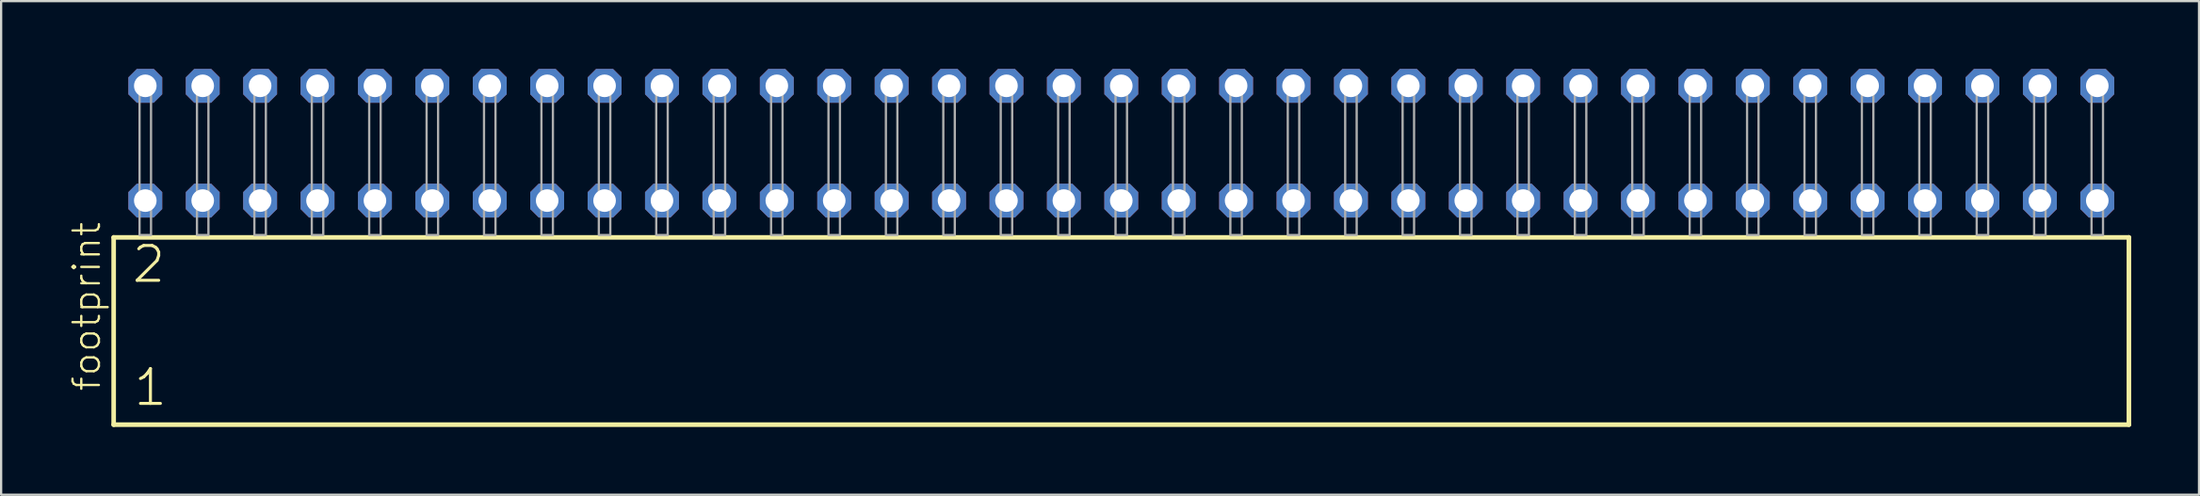
<source format=kicad_pcb>
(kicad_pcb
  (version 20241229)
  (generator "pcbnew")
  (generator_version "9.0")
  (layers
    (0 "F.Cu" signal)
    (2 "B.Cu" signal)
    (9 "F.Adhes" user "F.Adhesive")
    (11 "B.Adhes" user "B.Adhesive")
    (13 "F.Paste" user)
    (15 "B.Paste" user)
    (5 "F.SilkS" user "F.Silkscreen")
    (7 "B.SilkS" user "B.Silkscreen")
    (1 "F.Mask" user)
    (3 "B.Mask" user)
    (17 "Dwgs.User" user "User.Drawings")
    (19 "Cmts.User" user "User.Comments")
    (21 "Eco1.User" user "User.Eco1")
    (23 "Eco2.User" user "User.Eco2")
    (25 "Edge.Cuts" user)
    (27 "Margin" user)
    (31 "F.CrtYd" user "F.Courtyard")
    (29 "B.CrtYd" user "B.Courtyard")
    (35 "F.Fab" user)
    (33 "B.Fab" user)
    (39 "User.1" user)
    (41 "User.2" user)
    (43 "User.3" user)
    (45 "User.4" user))
  (footprint "footprint"
    (layer "F.Cu")
    (at 46.558 7.354)
    (property "Reference" "footprint" (at -45.085 6.985 90) (layer "F.SilkS") (effects (font (size 1.168 1.168) (thickness 0.102)) (justify left bottom)))
    (fp_line (start -44.579 0.106) (end -44.579 8.396) (stroke (width 0.203) (type solid)) (layer "F.SilkS"))
    (fp_line (start -44.579 8.396) (end 44.579 8.396) (stroke (width 0.203) (type solid)) (layer "F.SilkS"))
    (fp_line (start 44.579 0.106) (end -44.579 0.106) (stroke (width 0.203) (type solid)) (layer "F.SilkS"))
    (fp_line (start 44.579 8.396) (end 44.579 0.106) (stroke (width 0.203) (type solid)) (layer "F.SilkS"))
    (fp_poly (pts (xy -43.434 0) (xy -42.926 0) (xy -42.926 -6.858) (xy -43.434 -6.858)) (stroke (width 0.1) (type solid)) (fill no) (layer "F.Fab"))
    (fp_poly (pts (xy -40.894 0) (xy -40.386 0) (xy -40.386 -6.858) (xy -40.894 -6.858)) (stroke (width 0.1) (type solid)) (fill no) (layer "F.Fab"))
    (fp_poly (pts (xy -38.354 0) (xy -37.846 0) (xy -37.846 -6.858) (xy -38.354 -6.858)) (stroke (width 0.1) (type solid)) (fill no) (layer "F.Fab"))
    (fp_poly (pts (xy -35.814 0) (xy -35.306 0) (xy -35.306 -6.858) (xy -35.814 -6.858)) (stroke (width 0.1) (type solid)) (fill no) (layer "F.Fab"))
    (fp_poly (pts (xy -33.274 0) (xy -32.766 0) (xy -32.766 -6.858) (xy -33.274 -6.858)) (stroke (width 0.1) (type solid)) (fill no) (layer "F.Fab"))
    (fp_poly (pts (xy -30.734 0) (xy -30.226 0) (xy -30.226 -6.858) (xy -30.734 -6.858)) (stroke (width 0.1) (type solid)) (fill no) (layer "F.Fab"))
    (fp_poly (pts (xy -28.194 0) (xy -27.686 0) (xy -27.686 -6.858) (xy -28.194 -6.858)) (stroke (width 0.1) (type solid)) (fill no) (layer "F.Fab"))
    (fp_poly (pts (xy -25.654 0) (xy -25.146 0) (xy -25.146 -6.858) (xy -25.654 -6.858)) (stroke (width 0.1) (type solid)) (fill no) (layer "F.Fab"))
    (fp_poly (pts (xy -23.114 0) (xy -22.606 0) (xy -22.606 -6.858) (xy -23.114 -6.858)) (stroke (width 0.1) (type solid)) (fill no) (layer "F.Fab"))
    (fp_poly (pts (xy -20.574 0) (xy -20.066 0) (xy -20.066 -6.858) (xy -20.574 -6.858)) (stroke (width 0.1) (type solid)) (fill no) (layer "F.Fab"))
    (fp_poly (pts (xy -18.034 0) (xy -17.526 0) (xy -17.526 -6.858) (xy -18.034 -6.858)) (stroke (width 0.1) (type solid)) (fill no) (layer "F.Fab"))
    (fp_poly (pts (xy -15.494 0) (xy -14.986 0) (xy -14.986 -6.858) (xy -15.494 -6.858)) (stroke (width 0.1) (type solid)) (fill no) (layer "F.Fab"))
    (fp_poly (pts (xy -12.954 0) (xy -12.446 0) (xy -12.446 -6.858) (xy -12.954 -6.858)) (stroke (width 0.1) (type solid)) (fill no) (layer "F.Fab"))
    (fp_poly (pts (xy -10.414 0) (xy -9.906 0) (xy -9.906 -6.858) (xy -10.414 -6.858)) (stroke (width 0.1) (type solid)) (fill no) (layer "F.Fab"))
    (fp_poly (pts (xy -7.874 0) (xy -7.366 0) (xy -7.366 -6.858) (xy -7.874 -6.858)) (stroke (width 0.1) (type solid)) (fill no) (layer "F.Fab"))
    (fp_poly (pts (xy -5.334 0) (xy -4.826 0) (xy -4.826 -6.858) (xy -5.334 -6.858)) (stroke (width 0.1) (type solid)) (fill no) (layer "F.Fab"))
    (fp_poly (pts (xy -2.794 0) (xy -2.286 0) (xy -2.286 -6.858) (xy -2.794 -6.858)) (stroke (width 0.1) (type solid)) (fill no) (layer "F.Fab"))
    (fp_poly (pts (xy -0.254 0) (xy 0.254 0) (xy 0.254 -6.858) (xy -0.254 -6.858)) (stroke (width 0.1) (type solid)) (fill no) (layer "F.Fab"))
    (fp_poly (pts (xy 2.286 0) (xy 2.794 0) (xy 2.794 -6.858) (xy 2.286 -6.858)) (stroke (width 0.1) (type solid)) (fill no) (layer "F.Fab"))
    (fp_poly (pts (xy 4.826 0) (xy 5.334 0) (xy 5.334 -6.858) (xy 4.826 -6.858)) (stroke (width 0.1) (type solid)) (fill no) (layer "F.Fab"))
    (fp_poly (pts (xy 7.366 0) (xy 7.874 0) (xy 7.874 -6.858) (xy 7.366 -6.858)) (stroke (width 0.1) (type solid)) (fill no) (layer "F.Fab"))
    (fp_poly (pts (xy 9.906 0) (xy 10.414 0) (xy 10.414 -6.858) (xy 9.906 -6.858)) (stroke (width 0.1) (type solid)) (fill no) (layer "F.Fab"))
    (fp_poly (pts (xy 12.446 0) (xy 12.954 0) (xy 12.954 -6.858) (xy 12.446 -6.858)) (stroke (width 0.1) (type solid)) (fill no) (layer "F.Fab"))
    (fp_poly (pts (xy 14.986 0) (xy 15.494 0) (xy 15.494 -6.858) (xy 14.986 -6.858)) (stroke (width 0.1) (type solid)) (fill no) (layer "F.Fab"))
    (fp_poly (pts (xy 17.526 0) (xy 18.034 0) (xy 18.034 -6.858) (xy 17.526 -6.858)) (stroke (width 0.1) (type solid)) (fill no) (layer "F.Fab"))
    (fp_poly (pts (xy 20.066 0) (xy 20.574 0) (xy 20.574 -6.858) (xy 20.066 -6.858)) (stroke (width 0.1) (type solid)) (fill no) (layer "F.Fab"))
    (fp_poly (pts (xy 22.606 0) (xy 23.114 0) (xy 23.114 -6.858) (xy 22.606 -6.858)) (stroke (width 0.1) (type solid)) (fill no) (layer "F.Fab"))
    (fp_poly (pts (xy 25.146 0) (xy 25.654 0) (xy 25.654 -6.858) (xy 25.146 -6.858)) (stroke (width 0.1) (type solid)) (fill no) (layer "F.Fab"))
    (fp_poly (pts (xy 27.686 0) (xy 28.194 0) (xy 28.194 -6.858) (xy 27.686 -6.858)) (stroke (width 0.1) (type solid)) (fill no) (layer "F.Fab"))
    (fp_poly (pts (xy 30.226 0) (xy 30.734 0) (xy 30.734 -6.858) (xy 30.226 -6.858)) (stroke (width 0.1) (type solid)) (fill no) (layer "F.Fab"))
    (fp_poly (pts (xy 32.766 0) (xy 33.274 0) (xy 33.274 -6.858) (xy 32.766 -6.858)) (stroke (width 0.1) (type solid)) (fill no) (layer "F.Fab"))
    (fp_poly (pts (xy 35.306 0) (xy 35.814 0) (xy 35.814 -6.858) (xy 35.306 -6.858)) (stroke (width 0.1) (type solid)) (fill no) (layer "F.Fab"))
    (fp_poly (pts (xy 37.846 0) (xy 38.354 0) (xy 38.354 -6.858) (xy 37.846 -6.858)) (stroke (width 0.1) (type solid)) (fill no) (layer "F.Fab"))
    (fp_poly (pts (xy 40.386 0) (xy 40.894 0) (xy 40.894 -6.858) (xy 40.386 -6.858)) (stroke (width 0.1) (type solid)) (fill no) (layer "F.Fab"))
    (fp_poly (pts (xy 42.926 0) (xy 43.434 0) (xy 43.434 -6.858) (xy 42.926 -6.858)) (stroke (width 0.1) (type solid)) (fill no) (layer "F.Fab"))
    (fp_text user "1" (at -43.775 7.65 0) (layer "F.SilkS") (effects (font (size 1.542 1.542) (thickness 0.134)) (justify left bottom)))
    (fp_text user "2" (at -43.85 2.2 0) (layer "F.SilkS") (effects (font (size 1.542 1.542) (thickness 0.134)) (justify left bottom)))
    (pad "1" thru_hole roundrect (at -43.18 -1.524) (size 1.5 1.5) (drill 1) (layers "*.Cu" "*.Mask") (roundrect_rratio 0.25) (chamfer_ratio 0.25) (chamfer top_left top_right bottom_left bottom_right))
    (pad "2" thru_hole roundrect (at -43.18 -6.604) (size 1.5 1.5) (drill 1) (layers "*.Cu" "*.Mask") (roundrect_rratio 0.25) (chamfer_ratio 0.25) (chamfer top_left top_right bottom_left bottom_right))
    (pad "3" thru_hole roundrect (at -40.64 -1.524) (size 1.5 1.5) (drill 1) (layers "*.Cu" "*.Mask") (roundrect_rratio 0.25) (chamfer_ratio 0.25) (chamfer top_left top_right bottom_left bottom_right))
    (pad "4" thru_hole roundrect (at -40.64 -6.604) (size 1.5 1.5) (drill 1) (layers "*.Cu" "*.Mask") (roundrect_rratio 0.25) (chamfer_ratio 0.25) (chamfer top_left top_right bottom_left bottom_right))
    (pad "5" thru_hole roundrect (at -38.1 -1.524) (size 1.5 1.5) (drill 1) (layers "*.Cu" "*.Mask") (roundrect_rratio 0.25) (chamfer_ratio 0.25) (chamfer top_left top_right bottom_left bottom_right))
    (pad "6" thru_hole roundrect (at -38.1 -6.604) (size 1.5 1.5) (drill 1) (layers "*.Cu" "*.Mask") (roundrect_rratio 0.25) (chamfer_ratio 0.25) (chamfer top_left top_right bottom_left bottom_right))
    (pad "7" thru_hole roundrect (at -35.56 -1.524) (size 1.5 1.5) (drill 1) (layers "*.Cu" "*.Mask") (roundrect_rratio 0.25) (chamfer_ratio 0.25) (chamfer top_left top_right bottom_left bottom_right))
    (pad "8" thru_hole roundrect (at -35.56 -6.604) (size 1.5 1.5) (drill 1) (layers "*.Cu" "*.Mask") (roundrect_rratio 0.25) (chamfer_ratio 0.25) (chamfer top_left top_right bottom_left bottom_right))
    (pad "9" thru_hole roundrect (at -33.02 -1.524) (size 1.5 1.5) (drill 1) (layers "*.Cu" "*.Mask") (roundrect_rratio 0.25) (chamfer_ratio 0.25) (chamfer top_left top_right bottom_left bottom_right))
    (pad "10" thru_hole roundrect (at -33.02 -6.604) (size 1.5 1.5) (drill 1) (layers "*.Cu" "*.Mask") (roundrect_rratio 0.25) (chamfer_ratio 0.25) (chamfer top_left top_right bottom_left bottom_right))
    (pad "11" thru_hole roundrect (at -30.48 -1.524) (size 1.5 1.5) (drill 1) (layers "*.Cu" "*.Mask") (roundrect_rratio 0.25) (chamfer_ratio 0.25) (chamfer top_left top_right bottom_left bottom_right))
    (pad "12" thru_hole roundrect (at -30.48 -6.604) (size 1.5 1.5) (drill 1) (layers "*.Cu" "*.Mask") (roundrect_rratio 0.25) (chamfer_ratio 0.25) (chamfer top_left top_right bottom_left bottom_right))
    (pad "13" thru_hole roundrect (at -27.94 -1.524) (size 1.5 1.5) (drill 1) (layers "*.Cu" "*.Mask") (roundrect_rratio 0.25) (chamfer_ratio 0.25) (chamfer top_left top_right bottom_left bottom_right))
    (pad "14" thru_hole roundrect (at -27.94 -6.604) (size 1.5 1.5) (drill 1) (layers "*.Cu" "*.Mask") (roundrect_rratio 0.25) (chamfer_ratio 0.25) (chamfer top_left top_right bottom_left bottom_right))
    (pad "15" thru_hole roundrect (at -25.4 -1.524) (size 1.5 1.5) (drill 1) (layers "*.Cu" "*.Mask") (roundrect_rratio 0.25) (chamfer_ratio 0.25) (chamfer top_left top_right bottom_left bottom_right))
    (pad "16" thru_hole roundrect (at -25.4 -6.604) (size 1.5 1.5) (drill 1) (layers "*.Cu" "*.Mask") (roundrect_rratio 0.25) (chamfer_ratio 0.25) (chamfer top_left top_right bottom_left bottom_right))
    (pad "17" thru_hole roundrect (at -22.86 -1.524) (size 1.5 1.5) (drill 1) (layers "*.Cu" "*.Mask") (roundrect_rratio 0.25) (chamfer_ratio 0.25) (chamfer top_left top_right bottom_left bottom_right))
    (pad "18" thru_hole roundrect (at -22.86 -6.604) (size 1.5 1.5) (drill 1) (layers "*.Cu" "*.Mask") (roundrect_rratio 0.25) (chamfer_ratio 0.25) (chamfer top_left top_right bottom_left bottom_right))
    (pad "19" thru_hole roundrect (at -20.32 -1.524) (size 1.5 1.5) (drill 1) (layers "*.Cu" "*.Mask") (roundrect_rratio 0.25) (chamfer_ratio 0.25) (chamfer top_left top_right bottom_left bottom_right))
    (pad "20" thru_hole roundrect (at -20.32 -6.604) (size 1.5 1.5) (drill 1) (layers "*.Cu" "*.Mask") (roundrect_rratio 0.25) (chamfer_ratio 0.25) (chamfer top_left top_right bottom_left bottom_right))
    (pad "21" thru_hole roundrect (at -17.78 -1.524) (size 1.5 1.5) (drill 1) (layers "*.Cu" "*.Mask") (roundrect_rratio 0.25) (chamfer_ratio 0.25) (chamfer top_left top_right bottom_left bottom_right))
    (pad "22" thru_hole roundrect (at -17.78 -6.604) (size 1.5 1.5) (drill 1) (layers "*.Cu" "*.Mask") (roundrect_rratio 0.25) (chamfer_ratio 0.25) (chamfer top_left top_right bottom_left bottom_right))
    (pad "23" thru_hole roundrect (at -15.24 -1.524) (size 1.5 1.5) (drill 1) (layers "*.Cu" "*.Mask") (roundrect_rratio 0.25) (chamfer_ratio 0.25) (chamfer top_left top_right bottom_left bottom_right))
    (pad "24" thru_hole roundrect (at -15.24 -6.604) (size 1.5 1.5) (drill 1) (layers "*.Cu" "*.Mask") (roundrect_rratio 0.25) (chamfer_ratio 0.25) (chamfer top_left top_right bottom_left bottom_right))
    (pad "25" thru_hole roundrect (at -12.7 -1.524) (size 1.5 1.5) (drill 1) (layers "*.Cu" "*.Mask") (roundrect_rratio 0.25) (chamfer_ratio 0.25) (chamfer top_left top_right bottom_left bottom_right))
    (pad "26" thru_hole roundrect (at -12.7 -6.604) (size 1.5 1.5) (drill 1) (layers "*.Cu" "*.Mask") (roundrect_rratio 0.25) (chamfer_ratio 0.25) (chamfer top_left top_right bottom_left bottom_right))
    (pad "27" thru_hole roundrect (at -10.16 -1.524) (size 1.5 1.5) (drill 1) (layers "*.Cu" "*.Mask") (roundrect_rratio 0.25) (chamfer_ratio 0.25) (chamfer top_left top_right bottom_left bottom_right))
    (pad "28" thru_hole roundrect (at -10.16 -6.604) (size 1.5 1.5) (drill 1) (layers "*.Cu" "*.Mask") (roundrect_rratio 0.25) (chamfer_ratio 0.25) (chamfer top_left top_right bottom_left bottom_right))
    (pad "29" thru_hole roundrect (at -7.62 -1.524) (size 1.5 1.5) (drill 1) (layers "*.Cu" "*.Mask") (roundrect_rratio 0.25) (chamfer_ratio 0.25) (chamfer top_left top_right bottom_left bottom_right))
    (pad "30" thru_hole roundrect (at -7.62 -6.604) (size 1.5 1.5) (drill 1) (layers "*.Cu" "*.Mask") (roundrect_rratio 0.25) (chamfer_ratio 0.25) (chamfer top_left top_right bottom_left bottom_right))
    (pad "31" thru_hole roundrect (at -5.08 -1.524) (size 1.5 1.5) (drill 1) (layers "*.Cu" "*.Mask") (roundrect_rratio 0.25) (chamfer_ratio 0.25) (chamfer top_left top_right bottom_left bottom_right))
    (pad "32" thru_hole roundrect (at -5.08 -6.604) (size 1.5 1.5) (drill 1) (layers "*.Cu" "*.Mask") (roundrect_rratio 0.25) (chamfer_ratio 0.25) (chamfer top_left top_right bottom_left bottom_right))
    (pad "33" thru_hole roundrect (at -2.54 -1.524) (size 1.5 1.5) (drill 1) (layers "*.Cu" "*.Mask") (roundrect_rratio 0.25) (chamfer_ratio 0.25) (chamfer top_left top_right bottom_left bottom_right))
    (pad "34" thru_hole roundrect (at -2.54 -6.604) (size 1.5 1.5) (drill 1) (layers "*.Cu" "*.Mask") (roundrect_rratio 0.25) (chamfer_ratio 0.25) (chamfer top_left top_right bottom_left bottom_right))
    (pad "35" thru_hole roundrect (at 0 -1.524) (size 1.5 1.5) (drill 1) (layers "*.Cu" "*.Mask") (roundrect_rratio 0.25) (chamfer_ratio 0.25) (chamfer top_left top_right bottom_left bottom_right))
    (pad "36" thru_hole roundrect (at 0 -6.604) (size 1.5 1.5) (drill 1) (layers "*.Cu" "*.Mask") (roundrect_rratio 0.25) (chamfer_ratio 0.25) (chamfer top_left top_right bottom_left bottom_right))
    (pad "37" thru_hole roundrect (at 2.54 -1.524) (size 1.5 1.5) (drill 1) (layers "*.Cu" "*.Mask") (roundrect_rratio 0.25) (chamfer_ratio 0.25) (chamfer top_left top_right bottom_left bottom_right))
    (pad "38" thru_hole roundrect (at 2.54 -6.604) (size 1.5 1.5) (drill 1) (layers "*.Cu" "*.Mask") (roundrect_rratio 0.25) (chamfer_ratio 0.25) (chamfer top_left top_right bottom_left bottom_right))
    (pad "39" thru_hole roundrect (at 5.08 -1.524) (size 1.5 1.5) (drill 1) (layers "*.Cu" "*.Mask") (roundrect_rratio 0.25) (chamfer_ratio 0.25) (chamfer top_left top_right bottom_left bottom_right))
    (pad "40" thru_hole roundrect (at 5.08 -6.604) (size 1.5 1.5) (drill 1) (layers "*.Cu" "*.Mask") (roundrect_rratio 0.25) (chamfer_ratio 0.25) (chamfer top_left top_right bottom_left bottom_right))
    (pad "41" thru_hole roundrect (at 7.62 -1.524) (size 1.5 1.5) (drill 1) (layers "*.Cu" "*.Mask") (roundrect_rratio 0.25) (chamfer_ratio 0.25) (chamfer top_left top_right bottom_left bottom_right))
    (pad "42" thru_hole roundrect (at 7.62 -6.604) (size 1.5 1.5) (drill 1) (layers "*.Cu" "*.Mask") (roundrect_rratio 0.25) (chamfer_ratio 0.25) (chamfer top_left top_right bottom_left bottom_right))
    (pad "43" thru_hole roundrect (at 10.16 -1.524) (size 1.5 1.5) (drill 1) (layers "*.Cu" "*.Mask") (roundrect_rratio 0.25) (chamfer_ratio 0.25) (chamfer top_left top_right bottom_left bottom_right))
    (pad "44" thru_hole roundrect (at 10.16 -6.604) (size 1.5 1.5) (drill 1) (layers "*.Cu" "*.Mask") (roundrect_rratio 0.25) (chamfer_ratio 0.25) (chamfer top_left top_right bottom_left bottom_right))
    (pad "45" thru_hole roundrect (at 12.7 -1.524) (size 1.5 1.5) (drill 1) (layers "*.Cu" "*.Mask") (roundrect_rratio 0.25) (chamfer_ratio 0.25) (chamfer top_left top_right bottom_left bottom_right))
    (pad "46" thru_hole roundrect (at 12.7 -6.604) (size 1.5 1.5) (drill 1) (layers "*.Cu" "*.Mask") (roundrect_rratio 0.25) (chamfer_ratio 0.25) (chamfer top_left top_right bottom_left bottom_right))
    (pad "47" thru_hole roundrect (at 15.24 -1.524) (size 1.5 1.5) (drill 1) (layers "*.Cu" "*.Mask") (roundrect_rratio 0.25) (chamfer_ratio 0.25) (chamfer top_left top_right bottom_left bottom_right))
    (pad "48" thru_hole roundrect (at 15.24 -6.604) (size 1.5 1.5) (drill 1) (layers "*.Cu" "*.Mask") (roundrect_rratio 0.25) (chamfer_ratio 0.25) (chamfer top_left top_right bottom_left bottom_right))
    (pad "49" thru_hole roundrect (at 17.78 -1.524) (size 1.5 1.5) (drill 1) (layers "*.Cu" "*.Mask") (roundrect_rratio 0.25) (chamfer_ratio 0.25) (chamfer top_left top_right bottom_left bottom_right))
    (pad "50" thru_hole roundrect (at 17.78 -6.604) (size 1.5 1.5) (drill 1) (layers "*.Cu" "*.Mask") (roundrect_rratio 0.25) (chamfer_ratio 0.25) (chamfer top_left top_right bottom_left bottom_right))
    (pad "51" thru_hole roundrect (at 20.32 -1.524) (size 1.5 1.5) (drill 1) (layers "*.Cu" "*.Mask") (roundrect_rratio 0.25) (chamfer_ratio 0.25) (chamfer top_left top_right bottom_left bottom_right))
    (pad "52" thru_hole roundrect (at 20.32 -6.604) (size 1.5 1.5) (drill 1) (layers "*.Cu" "*.Mask") (roundrect_rratio 0.25) (chamfer_ratio 0.25) (chamfer top_left top_right bottom_left bottom_right))
    (pad "53" thru_hole roundrect (at 22.86 -1.524) (size 1.5 1.5) (drill 1) (layers "*.Cu" "*.Mask") (roundrect_rratio 0.25) (chamfer_ratio 0.25) (chamfer top_left top_right bottom_left bottom_right))
    (pad "54" thru_hole roundrect (at 22.86 -6.604) (size 1.5 1.5) (drill 1) (layers "*.Cu" "*.Mask") (roundrect_rratio 0.25) (chamfer_ratio 0.25) (chamfer top_left top_right bottom_left bottom_right))
    (pad "55" thru_hole roundrect (at 25.4 -1.524) (size 1.5 1.5) (drill 1) (layers "*.Cu" "*.Mask") (roundrect_rratio 0.25) (chamfer_ratio 0.25) (chamfer top_left top_right bottom_left bottom_right))
    (pad "56" thru_hole roundrect (at 25.4 -6.604) (size 1.5 1.5) (drill 1) (layers "*.Cu" "*.Mask") (roundrect_rratio 0.25) (chamfer_ratio 0.25) (chamfer top_left top_right bottom_left bottom_right))
    (pad "57" thru_hole roundrect (at 27.94 -1.524) (size 1.5 1.5) (drill 1) (layers "*.Cu" "*.Mask") (roundrect_rratio 0.25) (chamfer_ratio 0.25) (chamfer top_left top_right bottom_left bottom_right))
    (pad "58" thru_hole roundrect (at 27.94 -6.604) (size 1.5 1.5) (drill 1) (layers "*.Cu" "*.Mask") (roundrect_rratio 0.25) (chamfer_ratio 0.25) (chamfer top_left top_right bottom_left bottom_right))
    (pad "59" thru_hole roundrect (at 30.48 -1.524) (size 1.5 1.5) (drill 1) (layers "*.Cu" "*.Mask") (roundrect_rratio 0.25) (chamfer_ratio 0.25) (chamfer top_left top_right bottom_left bottom_right))
    (pad "60" thru_hole roundrect (at 30.48 -6.604) (size 1.5 1.5) (drill 1) (layers "*.Cu" "*.Mask") (roundrect_rratio 0.25) (chamfer_ratio 0.25) (chamfer top_left top_right bottom_left bottom_right))
    (pad "61" thru_hole roundrect (at 33.02 -1.524) (size 1.5 1.5) (drill 1) (layers "*.Cu" "*.Mask") (roundrect_rratio 0.25) (chamfer_ratio 0.25) (chamfer top_left top_right bottom_left bottom_right))
    (pad "62" thru_hole roundrect (at 33.02 -6.604) (size 1.5 1.5) (drill 1) (layers "*.Cu" "*.Mask") (roundrect_rratio 0.25) (chamfer_ratio 0.25) (chamfer top_left top_right bottom_left bottom_right))
    (pad "63" thru_hole roundrect (at 35.56 -1.524) (size 1.5 1.5) (drill 1) (layers "*.Cu" "*.Mask") (roundrect_rratio 0.25) (chamfer_ratio 0.25) (chamfer top_left top_right bottom_left bottom_right))
    (pad "64" thru_hole roundrect (at 35.56 -6.604) (size 1.5 1.5) (drill 1) (layers "*.Cu" "*.Mask") (roundrect_rratio 0.25) (chamfer_ratio 0.25) (chamfer top_left top_right bottom_left bottom_right))
    (pad "65" thru_hole roundrect (at 38.1 -1.524) (size 1.5 1.5) (drill 1) (layers "*.Cu" "*.Mask") (roundrect_rratio 0.25) (chamfer_ratio 0.25) (chamfer top_left top_right bottom_left bottom_right))
    (pad "66" thru_hole roundrect (at 38.1 -6.604) (size 1.5 1.5) (drill 1) (layers "*.Cu" "*.Mask") (roundrect_rratio 0.25) (chamfer_ratio 0.25) (chamfer top_left top_right bottom_left bottom_right))
    (pad "67" thru_hole roundrect (at 40.64 -1.524) (size 1.5 1.5) (drill 1) (layers "*.Cu" "*.Mask") (roundrect_rratio 0.25) (chamfer_ratio 0.25) (chamfer top_left top_right bottom_left bottom_right))
    (pad "68" thru_hole roundrect (at 40.64 -6.604) (size 1.5 1.5) (drill 1) (layers "*.Cu" "*.Mask") (roundrect_rratio 0.25) (chamfer_ratio 0.25) (chamfer top_left top_right bottom_left bottom_right))
    (pad "69" thru_hole roundrect (at 43.18 -1.524) (size 1.5 1.5) (drill 1) (layers "*.Cu" "*.Mask") (roundrect_rratio 0.25) (chamfer_ratio 0.25) (chamfer top_left top_right bottom_left bottom_right))
    (pad "70" thru_hole roundrect (at 43.18 -6.604) (size 1.5 1.5) (drill 1) (layers "*.Cu" "*.Mask") (roundrect_rratio 0.25) (chamfer_ratio 0.25) (chamfer top_left top_right bottom_left bottom_right)))
  (gr_rect
    (start -3 -3)
    (end 94.239 18.852)
    (stroke (width 0.1) (type default))
    (fill no)
    (layer "Edge.Cuts")))
</source>
